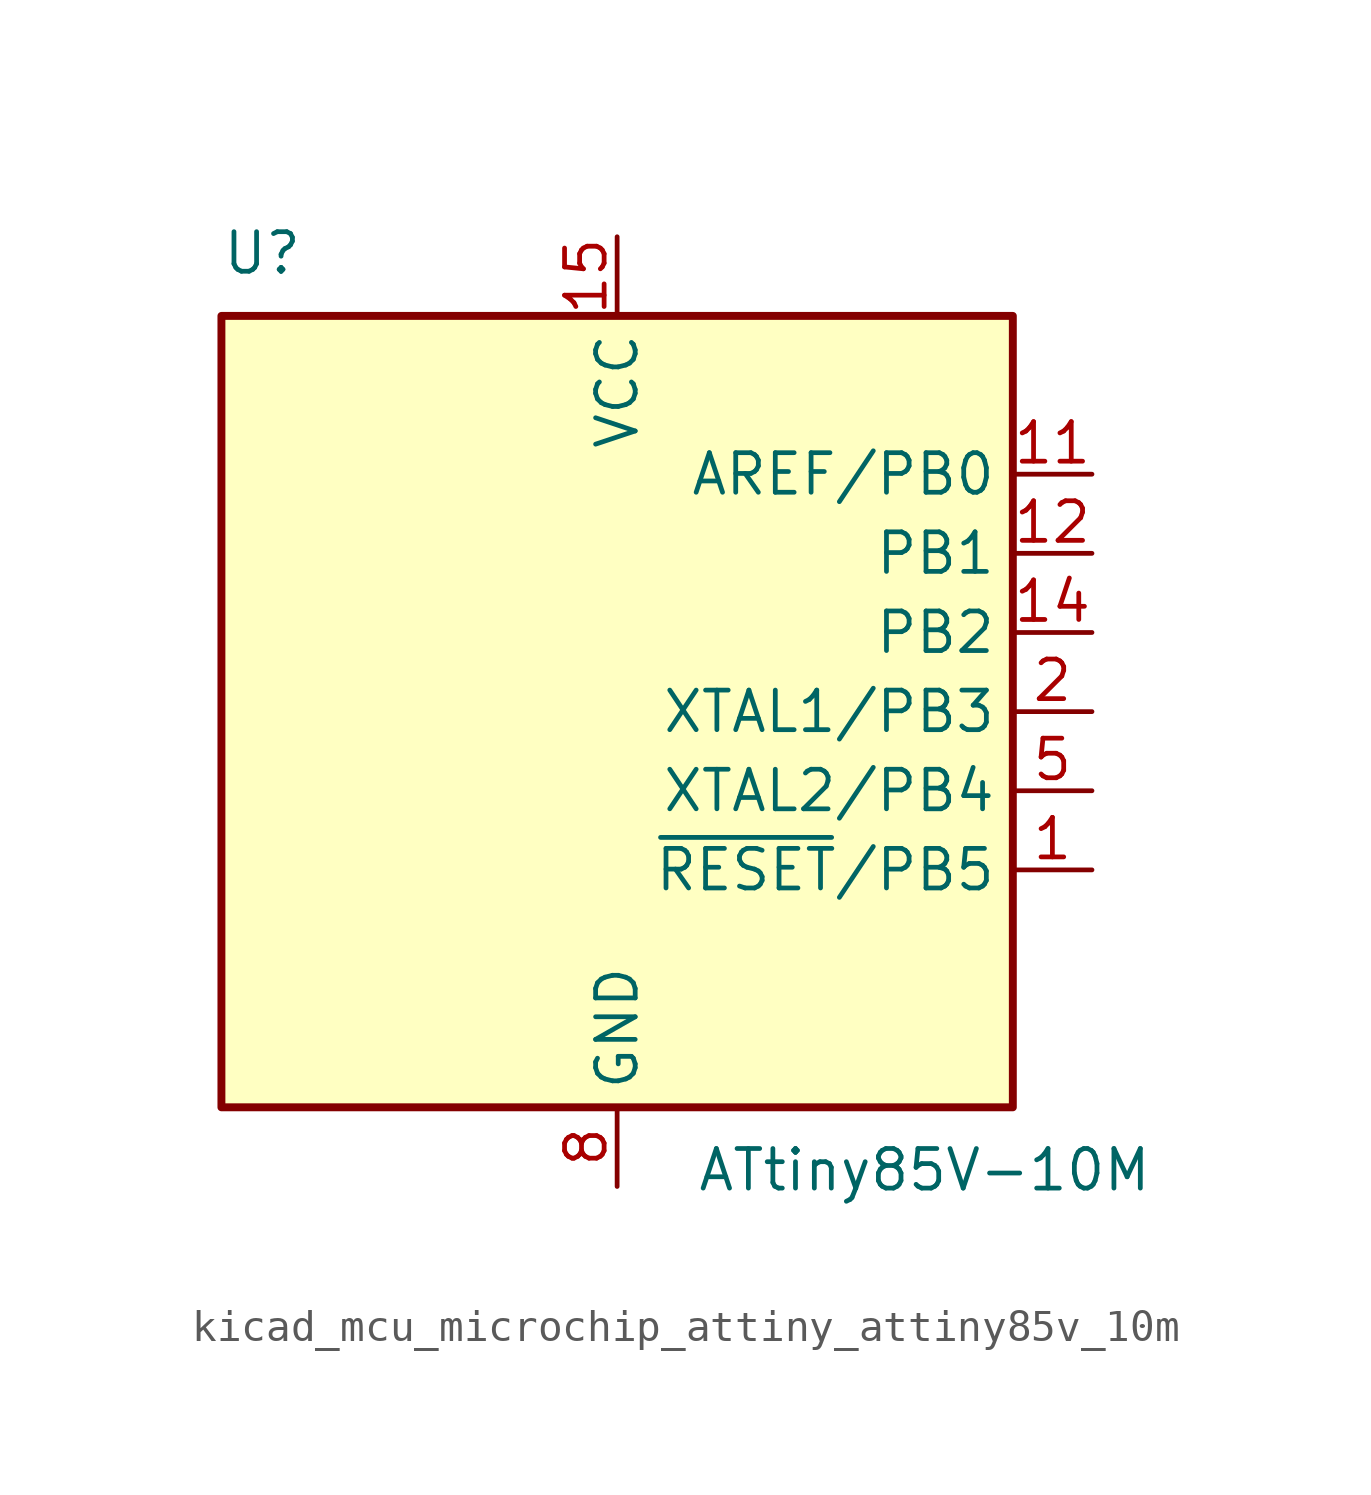
<source format=kicad_sym>
(kicad_symbol_lib
  (version 20220914)
  (generator kicad_symbol_editor)
  (symbol "kicad_mcu_microchip_attiny_attiny85v_10m"
    (property "Reference" "U"
      (at -12.7 13.97 0)
      (effects (font (size 1.27 1.27)) (justify left bottom)))
    (property "Value" "ATtiny85V-10M"
      (at 2.54 -13.97 0)
      (effects (font (size 1.27 1.27)) (justify left top)))
    (symbol "kicad_mcu_microchip_attiny_attiny85v_10m_0_1"
      (rectangle (start -12.7 -12.7) (end 12.7 12.7) (stroke (width 0.254) (type default)) (fill (type background))))
    (symbol "kicad_mcu_microchip_attiny_attiny85v_10m_1_1"
      (pin bidirectional line (at 15.24 -5.08 180) (length 2.54) (name "~{RESET}/PB5" (effects (font (size 1.27 1.27)))) (number "1" (effects (font (size 1.27 1.27)))))
      (pin no_connect line (at -12.7 -2.54 0) (length 2.54) hide (name "NC" (effects (font (size 1.27 1.27)))) (number "10" (effects (font (size 1.27 1.27)))))
      (pin bidirectional line (at 15.24 7.62 180) (length 2.54) (name "AREF/PB0" (effects (font (size 1.27 1.27)))) (number "11" (effects (font (size 1.27 1.27)))))
      (pin bidirectional line (at 15.24 5.08 180) (length 2.54) (name "PB1" (effects (font (size 1.27 1.27)))) (number "12" (effects (font (size 1.27 1.27)))))
      (pin no_connect line (at -12.7 -5.08 0) (length 2.54) hide (name "NC" (effects (font (size 1.27 1.27)))) (number "13" (effects (font (size 1.27 1.27)))))
      (pin bidirectional line (at 15.24 2.54 180) (length 2.54) (name "PB2" (effects (font (size 1.27 1.27)))) (number "14" (effects (font (size 1.27 1.27)))))
      (pin power_in line (at 0 15.24 270) (length 2.54) (name "VCC" (effects (font (size 1.27 1.27)))) (number "15" (effects (font (size 1.27 1.27)))))
      (pin no_connect line (at -12.7 -7.62 0) (length 2.54) hide (name "NC" (effects (font (size 1.27 1.27)))) (number "16" (effects (font (size 1.27 1.27)))))
      (pin no_connect line (at -12.7 -10.16 0) (length 2.54) hide (name "NC" (effects (font (size 1.27 1.27)))) (number "17" (effects (font (size 1.27 1.27)))))
      (pin no_connect line (at -7.62 -12.7 90) (length 2.54) hide (name "NC" (effects (font (size 1.27 1.27)))) (number "18" (effects (font (size 1.27 1.27)))))
      (pin no_connect line (at -5.08 -12.7 90) (length 2.54) hide (name "NC" (effects (font (size 1.27 1.27)))) (number "19" (effects (font (size 1.27 1.27)))))
      (pin bidirectional line (at 15.24 0 180) (length 2.54) (name "XTAL1/PB3" (effects (font (size 1.27 1.27)))) (number "2" (effects (font (size 1.27 1.27)))))
      (pin no_connect line (at -2.54 -12.7 90) (length 2.54) hide (name "NC" (effects (font (size 1.27 1.27)))) (number "20" (effects (font (size 1.27 1.27)))))
      (pin passive line (at 0 -15.24 90) (length 2.54) hide (name "GND" (effects (font (size 1.27 1.27)))) (number "21" (effects (font (size 1.27 1.27)))))
      (pin no_connect line (at -12.7 10.16 0) (length 2.54) hide (name "NC" (effects (font (size 1.27 1.27)))) (number "3" (effects (font (size 1.27 1.27)))))
      (pin no_connect line (at -12.7 7.62 0) (length 2.54) hide (name "NC" (effects (font (size 1.27 1.27)))) (number "4" (effects (font (size 1.27 1.27)))))
      (pin bidirectional line (at 15.24 -2.54 180) (length 2.54) (name "XTAL2/PB4" (effects (font (size 1.27 1.27)))) (number "5" (effects (font (size 1.27 1.27)))))
      (pin no_connect line (at -12.7 5.08 0) (length 2.54) hide (name "NC" (effects (font (size 1.27 1.27)))) (number "6" (effects (font (size 1.27 1.27)))))
      (pin no_connect line (at -12.7 2.54 0) (length 2.54) hide (name "NC" (effects (font (size 1.27 1.27)))) (number "7" (effects (font (size 1.27 1.27)))))
      (pin power_in line (at 0 -15.24 90) (length 2.54) (name "GND" (effects (font (size 1.27 1.27)))) (number "8" (effects (font (size 1.27 1.27)))))
      (pin no_connect line (at -12.7 0 0) (length 2.54) hide (name "NC" (effects (font (size 1.27 1.27)))) (number "9" (effects (font (size 1.27 1.27))))))))
</source>
